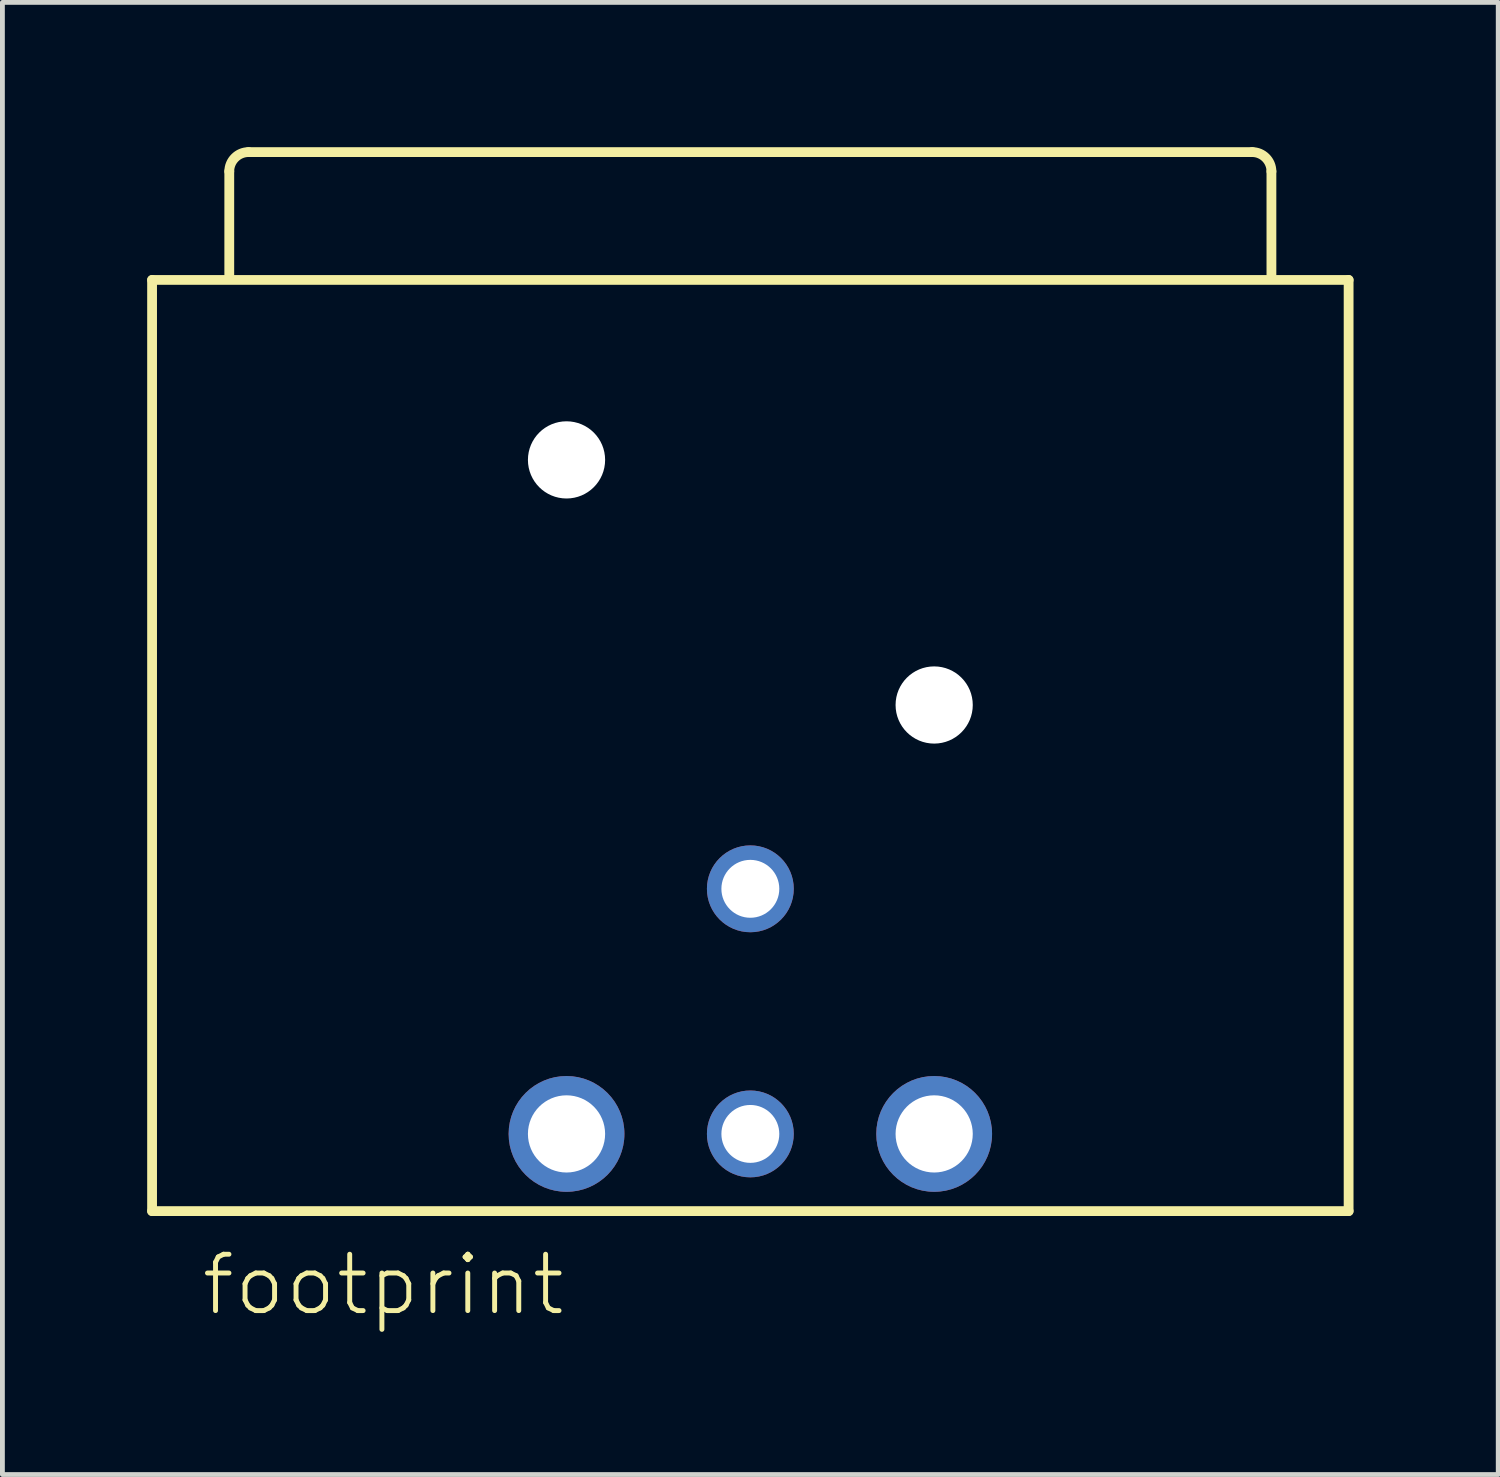
<source format=kicad_pcb>
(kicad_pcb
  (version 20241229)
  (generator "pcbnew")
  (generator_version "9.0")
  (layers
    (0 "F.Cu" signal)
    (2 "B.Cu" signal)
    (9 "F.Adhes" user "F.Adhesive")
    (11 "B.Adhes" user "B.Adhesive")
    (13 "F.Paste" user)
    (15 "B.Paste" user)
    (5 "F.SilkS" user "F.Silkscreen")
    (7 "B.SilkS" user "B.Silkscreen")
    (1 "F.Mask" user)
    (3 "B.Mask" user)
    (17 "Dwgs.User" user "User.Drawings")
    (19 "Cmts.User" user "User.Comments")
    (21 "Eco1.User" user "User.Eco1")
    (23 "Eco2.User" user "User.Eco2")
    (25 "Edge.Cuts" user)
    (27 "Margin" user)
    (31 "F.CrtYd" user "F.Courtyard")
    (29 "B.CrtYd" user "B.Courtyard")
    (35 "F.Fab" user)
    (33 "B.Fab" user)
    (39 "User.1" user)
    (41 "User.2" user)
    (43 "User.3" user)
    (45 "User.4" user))
  (footprint "footprint"
    (layer "F.Cu")
    (at 12.502 20.452)
    (property "Reference" "footprint" (at -11.43 3.81 0) (layer "F.SilkS") (effects (font (size 1.168 1.168) (thickness 0.102)) (justify left bottom)))
    (fp_line (start -12.4 -17.7) (end 12.4 -17.7) (stroke (width 0.203) (type solid)) (layer "F.SilkS"))
    (fp_line (start -12.4 1.6) (end -12.4 -17.7) (stroke (width 0.203) (type solid)) (layer "F.SilkS"))
    (fp_line (start -10.8 -17.8) (end -10.8 -19.95) (stroke (width 0.203) (type solid)) (layer "F.SilkS"))
    (fp_line (start -10.4 -20.35) (end 10.4 -20.35) (stroke (width 0.203) (type solid)) (layer "F.SilkS"))
    (fp_line (start 10.8 -19.95) (end 10.8 -17.8) (stroke (width 0.203) (type solid)) (layer "F.SilkS"))
    (fp_line (start 12.4 -17.7) (end 12.4 1.6) (stroke (width 0.203) (type solid)) (layer "F.SilkS"))
    (fp_line (start 12.4 1.6) (end -12.4 1.6) (stroke (width 0.203) (type solid)) (layer "F.SilkS"))
    (fp_arc (start -10.8 -19.95) (mid -10.682843 -20.232843) (end -10.4 -20.35) (stroke (width 0.2032) (type solid)) (layer "F.SilkS"))
    (fp_arc (start 10.4 -20.35) (mid 10.682843 -20.232843) (end 10.8 -19.95) (stroke (width 0.2032) (type solid)) (layer "F.SilkS"))
    (pad "" np_thru_hole circle (at -3.81 -13.97) (size 1.6 1.6) (drill 1.6) (layers "*.Cu" "*.Mask"))
    (pad "" np_thru_hole circle (at 3.81 -8.89) (size 1.6 1.6) (drill 1.6) (layers "*.Cu" "*.Mask"))
    (pad "1" thru_hole circle (at 3.81 0) (size 2.4 2.4) (drill 1.6) (layers "*.Cu" "*.Mask"))
    (pad "2" thru_hole circle (at -3.81 0) (size 2.4 2.4) (drill 1.6) (layers "*.Cu" "*.Mask"))
    (pad "3" thru_hole circle (at 0 0) (size 1.8 1.8) (drill 1.2) (layers "*.Cu" "*.Mask"))
    (pad "G" thru_hole circle (at 0 -5.08) (size 1.8 1.8) (drill 1.2) (layers "*.Cu" "*.Mask")))
  (gr_rect
    (start -3 -3)
    (end 28.003 27.512)
    (stroke (width 0.1) (type default))
    (fill no)
    (layer "Edge.Cuts")))
</source>
